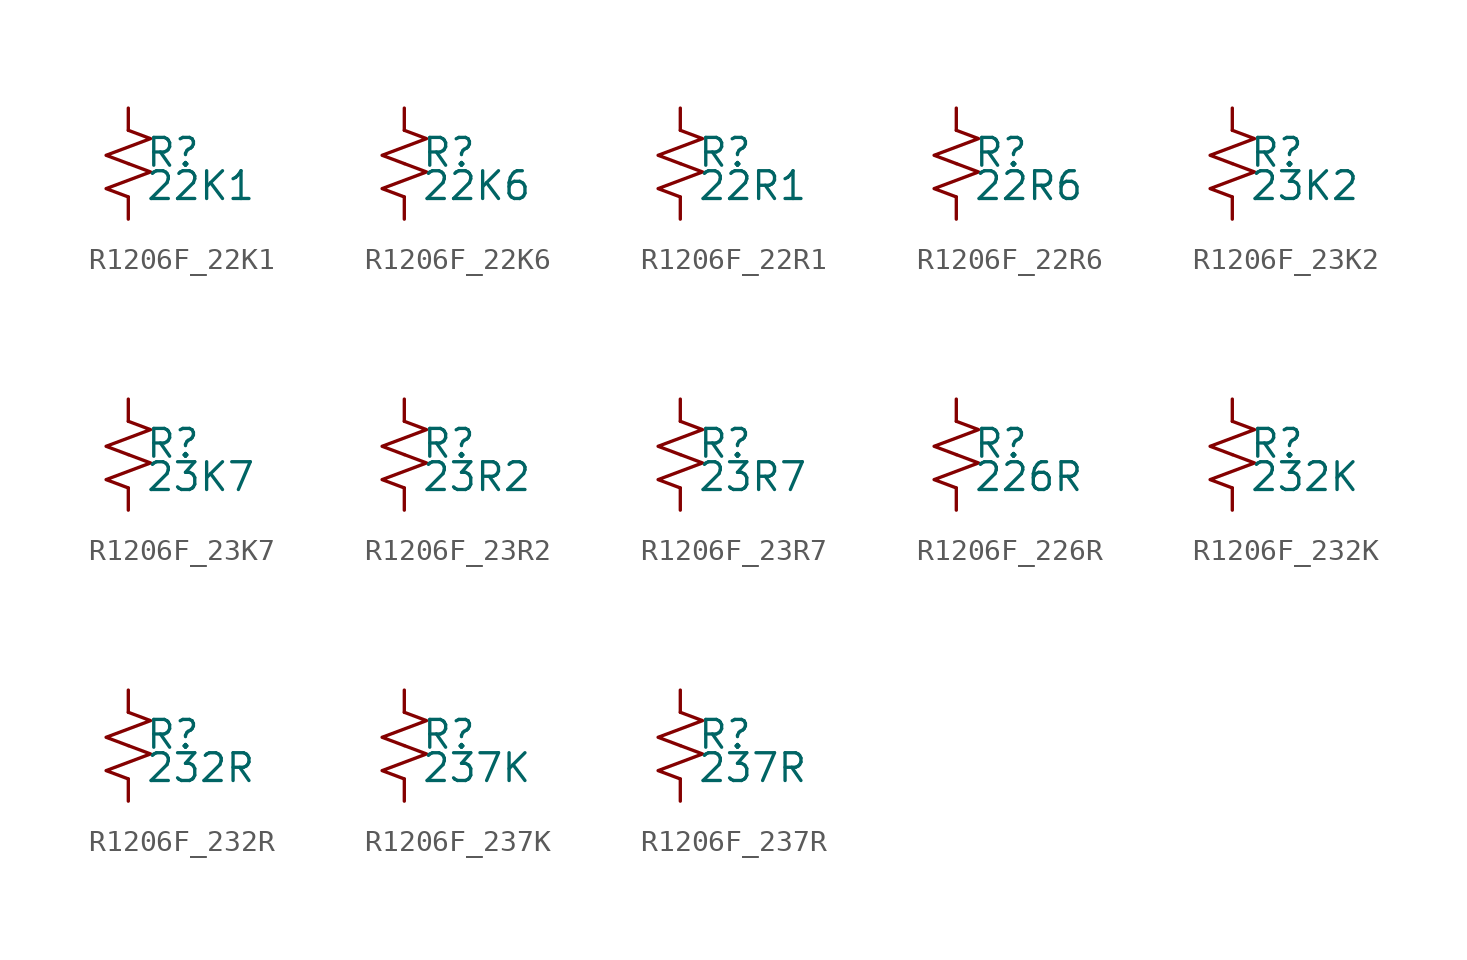
<source format=kicad_sym>
(kicad_symbol_lib
  (version 20220914)
  (generator kicad_symbol_editor)
  (symbol "R1206F_22K1"
    (pin_numbers hide)
    (pin_names
      (offset 0.254) hide)
    (property "Reference" "R"
      (at 0.762 0.508 0)
      (effects (font (size 1.27 1.27)) (justify left)))
    (property "Value" "22K1"
      (at 0.762 -1.016 0)
      (effects (font (size 1.27 1.27)) (justify left)))
    (symbol "R1206F_22K1_1_1"
      (polyline (pts (xy 0 0) (xy 1.016 -0.381) (xy 0 -0.762) (xy -1.016 -1.143) (xy 0 -1.524)) (stroke (width 0) (type default)) (fill (type none)))
      (polyline (pts (xy 0 1.524) (xy 1.016 1.143) (xy 0 0.762) (xy -1.016 0.381) (xy 0 0)) (stroke (width 0) (type default)) (fill (type none)))
      (pin passive line (at 0 2.54 270) (length 1.016) (name "~" (effects (font (size 1.27 1.27)))) (number "1" (effects (font (size 1.27 1.27)))))
      (pin passive line (at 0 -2.54 90) (length 1.016) (name "~" (effects (font (size 1.27 1.27)))) (number "2" (effects (font (size 1.27 1.27)))))))
  (symbol "R1206F_22K6"
    (pin_numbers hide)
    (pin_names
      (offset 0.254) hide)
    (property "Reference" "R"
      (at 0.762 0.508 0)
      (effects (font (size 1.27 1.27)) (justify left)))
    (property "Value" "22K6"
      (at 0.762 -1.016 0)
      (effects (font (size 1.27 1.27)) (justify left)))
    (symbol "R1206F_22K6_1_1"
      (polyline (pts (xy 0 0) (xy 1.016 -0.381) (xy 0 -0.762) (xy -1.016 -1.143) (xy 0 -1.524)) (stroke (width 0) (type default)) (fill (type none)))
      (polyline (pts (xy 0 1.524) (xy 1.016 1.143) (xy 0 0.762) (xy -1.016 0.381) (xy 0 0)) (stroke (width 0) (type default)) (fill (type none)))
      (pin passive line (at 0 2.54 270) (length 1.016) (name "~" (effects (font (size 1.27 1.27)))) (number "1" (effects (font (size 1.27 1.27)))))
      (pin passive line (at 0 -2.54 90) (length 1.016) (name "~" (effects (font (size 1.27 1.27)))) (number "2" (effects (font (size 1.27 1.27)))))))
  (symbol "R1206F_22R1"
    (pin_numbers hide)
    (pin_names
      (offset 0.254) hide)
    (property "Reference" "R"
      (at 0.762 0.508 0)
      (effects (font (size 1.27 1.27)) (justify left)))
    (property "Value" "22R1"
      (at 0.762 -1.016 0)
      (effects (font (size 1.27 1.27)) (justify left)))
    (symbol "R1206F_22R1_1_1"
      (polyline (pts (xy 0 0) (xy 1.016 -0.381) (xy 0 -0.762) (xy -1.016 -1.143) (xy 0 -1.524)) (stroke (width 0) (type default)) (fill (type none)))
      (polyline (pts (xy 0 1.524) (xy 1.016 1.143) (xy 0 0.762) (xy -1.016 0.381) (xy 0 0)) (stroke (width 0) (type default)) (fill (type none)))
      (pin passive line (at 0 2.54 270) (length 1.016) (name "~" (effects (font (size 1.27 1.27)))) (number "1" (effects (font (size 1.27 1.27)))))
      (pin passive line (at 0 -2.54 90) (length 1.016) (name "~" (effects (font (size 1.27 1.27)))) (number "2" (effects (font (size 1.27 1.27)))))))
  (symbol "R1206F_22R6"
    (pin_numbers hide)
    (pin_names
      (offset 0.254) hide)
    (property "Reference" "R"
      (at 0.762 0.508 0)
      (effects (font (size 1.27 1.27)) (justify left)))
    (property "Value" "22R6"
      (at 0.762 -1.016 0)
      (effects (font (size 1.27 1.27)) (justify left)))
    (symbol "R1206F_22R6_1_1"
      (polyline (pts (xy 0 0) (xy 1.016 -0.381) (xy 0 -0.762) (xy -1.016 -1.143) (xy 0 -1.524)) (stroke (width 0) (type default)) (fill (type none)))
      (polyline (pts (xy 0 1.524) (xy 1.016 1.143) (xy 0 0.762) (xy -1.016 0.381) (xy 0 0)) (stroke (width 0) (type default)) (fill (type none)))
      (pin passive line (at 0 2.54 270) (length 1.016) (name "~" (effects (font (size 1.27 1.27)))) (number "1" (effects (font (size 1.27 1.27)))))
      (pin passive line (at 0 -2.54 90) (length 1.016) (name "~" (effects (font (size 1.27 1.27)))) (number "2" (effects (font (size 1.27 1.27)))))))
  (symbol "R1206F_23K2"
    (pin_numbers hide)
    (pin_names
      (offset 0.254) hide)
    (property "Reference" "R"
      (at 0.762 0.508 0)
      (effects (font (size 1.27 1.27)) (justify left)))
    (property "Value" "23K2"
      (at 0.762 -1.016 0)
      (effects (font (size 1.27 1.27)) (justify left)))
    (symbol "R1206F_23K2_1_1"
      (polyline (pts (xy 0 0) (xy 1.016 -0.381) (xy 0 -0.762) (xy -1.016 -1.143) (xy 0 -1.524)) (stroke (width 0) (type default)) (fill (type none)))
      (polyline (pts (xy 0 1.524) (xy 1.016 1.143) (xy 0 0.762) (xy -1.016 0.381) (xy 0 0)) (stroke (width 0) (type default)) (fill (type none)))
      (pin passive line (at 0 2.54 270) (length 1.016) (name "~" (effects (font (size 1.27 1.27)))) (number "1" (effects (font (size 1.27 1.27)))))
      (pin passive line (at 0 -2.54 90) (length 1.016) (name "~" (effects (font (size 1.27 1.27)))) (number "2" (effects (font (size 1.27 1.27)))))))
  (symbol "R1206F_23K7"
    (pin_numbers hide)
    (pin_names
      (offset 0.254) hide)
    (property "Reference" "R"
      (at 0.762 0.508 0)
      (effects (font (size 1.27 1.27)) (justify left)))
    (property "Value" "23K7"
      (at 0.762 -1.016 0)
      (effects (font (size 1.27 1.27)) (justify left)))
    (symbol "R1206F_23K7_1_1"
      (polyline (pts (xy 0 0) (xy 1.016 -0.381) (xy 0 -0.762) (xy -1.016 -1.143) (xy 0 -1.524)) (stroke (width 0) (type default)) (fill (type none)))
      (polyline (pts (xy 0 1.524) (xy 1.016 1.143) (xy 0 0.762) (xy -1.016 0.381) (xy 0 0)) (stroke (width 0) (type default)) (fill (type none)))
      (pin passive line (at 0 2.54 270) (length 1.016) (name "~" (effects (font (size 1.27 1.27)))) (number "1" (effects (font (size 1.27 1.27)))))
      (pin passive line (at 0 -2.54 90) (length 1.016) (name "~" (effects (font (size 1.27 1.27)))) (number "2" (effects (font (size 1.27 1.27)))))))
  (symbol "R1206F_23R2"
    (pin_numbers hide)
    (pin_names
      (offset 0.254) hide)
    (property "Reference" "R"
      (at 0.762 0.508 0)
      (effects (font (size 1.27 1.27)) (justify left)))
    (property "Value" "23R2"
      (at 0.762 -1.016 0)
      (effects (font (size 1.27 1.27)) (justify left)))
    (symbol "R1206F_23R2_1_1"
      (polyline (pts (xy 0 0) (xy 1.016 -0.381) (xy 0 -0.762) (xy -1.016 -1.143) (xy 0 -1.524)) (stroke (width 0) (type default)) (fill (type none)))
      (polyline (pts (xy 0 1.524) (xy 1.016 1.143) (xy 0 0.762) (xy -1.016 0.381) (xy 0 0)) (stroke (width 0) (type default)) (fill (type none)))
      (pin passive line (at 0 2.54 270) (length 1.016) (name "~" (effects (font (size 1.27 1.27)))) (number "1" (effects (font (size 1.27 1.27)))))
      (pin passive line (at 0 -2.54 90) (length 1.016) (name "~" (effects (font (size 1.27 1.27)))) (number "2" (effects (font (size 1.27 1.27)))))))
  (symbol "R1206F_23R7"
    (pin_numbers hide)
    (pin_names
      (offset 0.254) hide)
    (property "Reference" "R"
      (at 0.762 0.508 0)
      (effects (font (size 1.27 1.27)) (justify left)))
    (property "Value" "23R7"
      (at 0.762 -1.016 0)
      (effects (font (size 1.27 1.27)) (justify left)))
    (symbol "R1206F_23R7_1_1"
      (polyline (pts (xy 0 0) (xy 1.016 -0.381) (xy 0 -0.762) (xy -1.016 -1.143) (xy 0 -1.524)) (stroke (width 0) (type default)) (fill (type none)))
      (polyline (pts (xy 0 1.524) (xy 1.016 1.143) (xy 0 0.762) (xy -1.016 0.381) (xy 0 0)) (stroke (width 0) (type default)) (fill (type none)))
      (pin passive line (at 0 2.54 270) (length 1.016) (name "~" (effects (font (size 1.27 1.27)))) (number "1" (effects (font (size 1.27 1.27)))))
      (pin passive line (at 0 -2.54 90) (length 1.016) (name "~" (effects (font (size 1.27 1.27)))) (number "2" (effects (font (size 1.27 1.27)))))))
  (symbol "R1206F_226R"
    (pin_numbers hide)
    (pin_names
      (offset 0.254) hide)
    (property "Reference" "R"
      (at 0.762 0.508 0)
      (effects (font (size 1.27 1.27)) (justify left)))
    (property "Value" "226R"
      (at 0.762 -1.016 0)
      (effects (font (size 1.27 1.27)) (justify left)))
    (symbol "R1206F_226R_1_1"
      (polyline (pts (xy 0 0) (xy 1.016 -0.381) (xy 0 -0.762) (xy -1.016 -1.143) (xy 0 -1.524)) (stroke (width 0) (type default)) (fill (type none)))
      (polyline (pts (xy 0 1.524) (xy 1.016 1.143) (xy 0 0.762) (xy -1.016 0.381) (xy 0 0)) (stroke (width 0) (type default)) (fill (type none)))
      (pin passive line (at 0 2.54 270) (length 1.016) (name "~" (effects (font (size 1.27 1.27)))) (number "1" (effects (font (size 1.27 1.27)))))
      (pin passive line (at 0 -2.54 90) (length 1.016) (name "~" (effects (font (size 1.27 1.27)))) (number "2" (effects (font (size 1.27 1.27)))))))
  (symbol "R1206F_232K"
    (pin_numbers hide)
    (pin_names
      (offset 0.254) hide)
    (property "Reference" "R"
      (at 0.762 0.508 0)
      (effects (font (size 1.27 1.27)) (justify left)))
    (property "Value" "232K"
      (at 0.762 -1.016 0)
      (effects (font (size 1.27 1.27)) (justify left)))
    (symbol "R1206F_232K_1_1"
      (polyline (pts (xy 0 0) (xy 1.016 -0.381) (xy 0 -0.762) (xy -1.016 -1.143) (xy 0 -1.524)) (stroke (width 0) (type default)) (fill (type none)))
      (polyline (pts (xy 0 1.524) (xy 1.016 1.143) (xy 0 0.762) (xy -1.016 0.381) (xy 0 0)) (stroke (width 0) (type default)) (fill (type none)))
      (pin passive line (at 0 2.54 270) (length 1.016) (name "~" (effects (font (size 1.27 1.27)))) (number "1" (effects (font (size 1.27 1.27)))))
      (pin passive line (at 0 -2.54 90) (length 1.016) (name "~" (effects (font (size 1.27 1.27)))) (number "2" (effects (font (size 1.27 1.27)))))))
  (symbol "R1206F_232R"
    (pin_numbers hide)
    (pin_names
      (offset 0.254) hide)
    (property "Reference" "R"
      (at 0.762 0.508 0)
      (effects (font (size 1.27 1.27)) (justify left)))
    (property "Value" "232R"
      (at 0.762 -1.016 0)
      (effects (font (size 1.27 1.27)) (justify left)))
    (symbol "R1206F_232R_1_1"
      (polyline (pts (xy 0 0) (xy 1.016 -0.381) (xy 0 -0.762) (xy -1.016 -1.143) (xy 0 -1.524)) (stroke (width 0) (type default)) (fill (type none)))
      (polyline (pts (xy 0 1.524) (xy 1.016 1.143) (xy 0 0.762) (xy -1.016 0.381) (xy 0 0)) (stroke (width 0) (type default)) (fill (type none)))
      (pin passive line (at 0 2.54 270) (length 1.016) (name "~" (effects (font (size 1.27 1.27)))) (number "1" (effects (font (size 1.27 1.27)))))
      (pin passive line (at 0 -2.54 90) (length 1.016) (name "~" (effects (font (size 1.27 1.27)))) (number "2" (effects (font (size 1.27 1.27)))))))
  (symbol "R1206F_237K"
    (pin_numbers hide)
    (pin_names
      (offset 0.254) hide)
    (property "Reference" "R"
      (at 0.762 0.508 0)
      (effects (font (size 1.27 1.27)) (justify left)))
    (property "Value" "237K"
      (at 0.762 -1.016 0)
      (effects (font (size 1.27 1.27)) (justify left)))
    (symbol "R1206F_237K_1_1"
      (polyline (pts (xy 0 0) (xy 1.016 -0.381) (xy 0 -0.762) (xy -1.016 -1.143) (xy 0 -1.524)) (stroke (width 0) (type default)) (fill (type none)))
      (polyline (pts (xy 0 1.524) (xy 1.016 1.143) (xy 0 0.762) (xy -1.016 0.381) (xy 0 0)) (stroke (width 0) (type default)) (fill (type none)))
      (pin passive line (at 0 2.54 270) (length 1.016) (name "~" (effects (font (size 1.27 1.27)))) (number "1" (effects (font (size 1.27 1.27)))))
      (pin passive line (at 0 -2.54 90) (length 1.016) (name "~" (effects (font (size 1.27 1.27)))) (number "2" (effects (font (size 1.27 1.27)))))))
  (symbol "R1206F_237R"
    (pin_numbers hide)
    (pin_names
      (offset 0.254) hide)
    (property "Reference" "R"
      (at 0.762 0.508 0)
      (effects (font (size 1.27 1.27)) (justify left)))
    (property "Value" "237R"
      (at 0.762 -1.016 0)
      (effects (font (size 1.27 1.27)) (justify left)))
    (symbol "R1206F_237R_1_1"
      (polyline (pts (xy 0 0) (xy 1.016 -0.381) (xy 0 -0.762) (xy -1.016 -1.143) (xy 0 -1.524)) (stroke (width 0) (type default)) (fill (type none)))
      (polyline (pts (xy 0 1.524) (xy 1.016 1.143) (xy 0 0.762) (xy -1.016 0.381) (xy 0 0)) (stroke (width 0) (type default)) (fill (type none)))
      (pin passive line (at 0 2.54 270) (length 1.016) (name "~" (effects (font (size 1.27 1.27)))) (number "1" (effects (font (size 1.27 1.27)))))
      (pin passive line (at 0 -2.54 90) (length 1.016) (name "~" (effects (font (size 1.27 1.27)))) (number "2" (effects (font (size 1.27 1.27))))))))
</source>
